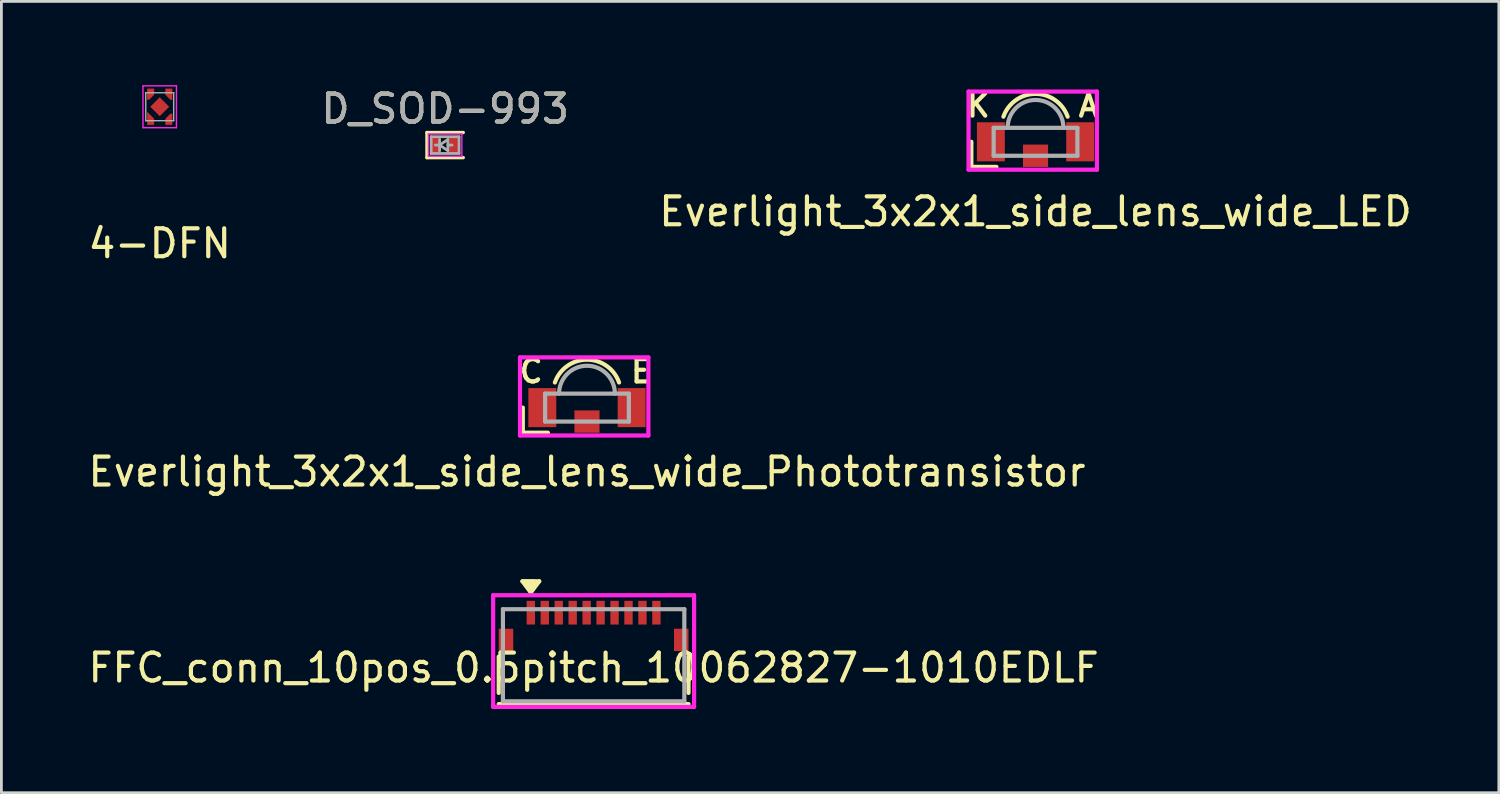
<source format=kicad_pcb>
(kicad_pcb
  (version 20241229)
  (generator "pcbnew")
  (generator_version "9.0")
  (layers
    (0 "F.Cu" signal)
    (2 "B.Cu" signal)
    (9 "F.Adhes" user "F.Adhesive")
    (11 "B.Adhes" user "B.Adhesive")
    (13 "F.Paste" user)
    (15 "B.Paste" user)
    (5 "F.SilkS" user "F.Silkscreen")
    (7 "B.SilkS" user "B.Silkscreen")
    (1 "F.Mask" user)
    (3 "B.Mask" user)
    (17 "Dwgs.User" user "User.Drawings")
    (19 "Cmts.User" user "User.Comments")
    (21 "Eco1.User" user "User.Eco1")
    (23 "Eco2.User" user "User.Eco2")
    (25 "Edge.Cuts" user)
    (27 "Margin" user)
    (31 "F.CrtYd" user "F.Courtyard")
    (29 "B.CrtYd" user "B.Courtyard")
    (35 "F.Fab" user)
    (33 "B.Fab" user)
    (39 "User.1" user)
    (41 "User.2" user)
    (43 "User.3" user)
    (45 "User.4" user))
  (footprint "Everlight_3x2x1_side_lens_wide_Phototransistor"
    (layer "F.Cu")
    (at 17.982 11.555)
    (property "Reference" "Everlight_3x2x1_side_lens_wide_Phototransistor" (at 0 2.3 0) (layer "F.SilkS") (effects (font (size 1 1) (thickness 0.15))))
    (attr through_hole)
    (fp_line (start -2.3 0) (end -2.3 0.9) (stroke (width 0.15) (type solid)) (layer "F.SilkS"))
    (fp_line (start -2.3 0.9) (end -1.4 0.9) (stroke (width 0.15) (type solid)) (layer "F.SilkS"))
    (fp_arc (start -1.15 -0.9) (mid 0 -1.71758) (end 1.15 -0.9) (stroke (width 0.15) (type solid)) (layer "F.SilkS"))
    (fp_line (start -2.4 -1.8) (end -2.4 1) (stroke (width 0.15) (type solid)) (layer "F.CrtYd"))
    (fp_line (start -2.4 1) (end 2.2 1) (stroke (width 0.15) (type solid)) (layer "F.CrtYd"))
    (fp_line (start 2.2 -1.8) (end -2.4 -1.8) (stroke (width 0.15) (type solid)) (layer "F.CrtYd"))
    (fp_line (start 2.2 1) (end 2.2 -1.8) (stroke (width 0.15) (type solid)) (layer "F.CrtYd"))
    (fp_line (start -1.5 -0.5) (end 1.5 -0.5) (stroke (width 0.15) (type solid)) (layer "F.Fab"))
    (fp_line (start -1.5 0.5) (end -1.5 -0.5) (stroke (width 0.15) (type solid)) (layer "F.Fab"))
    (fp_line (start 1.5 -0.5) (end 1.5 0.5) (stroke (width 0.15) (type solid)) (layer "F.Fab"))
    (fp_line (start 1.5 0.5) (end -1.5 0.5) (stroke (width 0.15) (type solid)) (layer "F.Fab"))
    (fp_arc (start -1 -0.5) (mid 0 -1.5) (end 1 -0.5) (stroke (width 0.15) (type solid)) (layer "F.Fab"))
    (fp_text user "C" (at -2 -1.3 0) (layer "F.SilkS") (effects (font (size 0.8 0.8) (thickness 0.15))))
    (fp_text user "E" (at 1.95 -1.3 0) (layer "F.SilkS") (effects (font (size 0.8 0.8) (thickness 0.15))))
    (pad "" smd rect (at 0 0.5) (size 0.9 0.8) (layers "F.Cu" "F.Mask" "F.Paste"))
    (pad "1" smd rect (at -1.6 0) (size 1 1.4) (layers "F.Cu" "F.Mask" "F.Paste"))
    (pad "2" smd rect (at 1.6 0) (size 1 1.4) (layers "F.Cu" "F.Mask" "F.Paste")))
  (footprint "FFC_conn_10pos_0.5pitch_10062827-1010EDLF"
    (layer "F.Cu")
    (at 18.22 19.878)
    (property "Reference" "FFC_conn_10pos_0.5pitch_10062827-1010EDLF" (at 0 1 0) (layer "F.SilkS") (effects (font (size 1 1) (thickness 0.15))))
    (attr through_hole)
    (fp_line (start -3.4 0.6) (end -3.4 1.9) (stroke (width 0.15) (type solid)) (layer "F.SilkS"))
    (fp_line (start -3.4 2.3) (end 3.4 2.3) (stroke (width 0.15) (type solid)) (layer "F.SilkS"))
    (fp_line (start -2.55 -2.1) (end -2.25 -1.7) (stroke (width 0.15) (type solid)) (layer "F.SilkS"))
    (fp_line (start -2.45 -2.1) (end -2.25 -1.8) (stroke (width 0.15) (type solid)) (layer "F.SilkS"))
    (fp_line (start -2.35 -2.1) (end -2.25 -1.9) (stroke (width 0.15) (type solid)) (layer "F.SilkS"))
    (fp_line (start -2.25 -2.1) (end -2.15 -1.9) (stroke (width 0.15) (type solid)) (layer "F.SilkS"))
    (fp_line (start -2.25 -1.7) (end -1.95 -2.1) (stroke (width 0.15) (type solid)) (layer "F.SilkS"))
    (fp_line (start -2.15 -2.1) (end -2.05 -2) (stroke (width 0.15) (type solid)) (layer "F.SilkS"))
    (fp_line (start -1.95 -2.1) (end -2.55 -2.1) (stroke (width 0.15) (type solid)) (layer "F.SilkS"))
    (fp_line (start 3.4 0.6) (end 3.4 1.9) (stroke (width 0.15) (type solid)) (layer "F.SilkS"))
    (fp_line (start -3.6 -1.6) (end 3.6 -1.6) (stroke (width 0.15) (type solid)) (layer "F.CrtYd"))
    (fp_line (start -3.6 2.4) (end -3.6 -1.6) (stroke (width 0.15) (type solid)) (layer "F.CrtYd"))
    (fp_line (start 3.6 -1.6) (end 3.6 2.4) (stroke (width 0.15) (type solid)) (layer "F.CrtYd"))
    (fp_line (start 3.6 2.4) (end -3.6 2.4) (stroke (width 0.15) (type solid)) (layer "F.CrtYd"))
    (fp_line (start -3.25 -1.1) (end -3.25 2.2) (stroke (width 0.15) (type solid)) (layer "F.Fab"))
    (fp_line (start -3.25 2.2) (end 3.25 2.2) (stroke (width 0.15) (type solid)) (layer "F.Fab"))
    (fp_line (start 3.25 -1.1) (end -3.25 -1.1) (stroke (width 0.15) (type solid)) (layer "F.Fab"))
    (fp_line (start 3.25 2.2) (end 3.25 -1.1) (stroke (width 0.15) (type solid)) (layer "F.Fab"))
    (pad "" smd rect (at -3.14 0) (size 0.52 0.8) (layers "F.Cu" "F.Mask" "F.Paste"))
    (pad "" smd rect (at 3.14 0) (size 0.52 0.8) (layers "F.Cu" "F.Mask" "F.Paste"))
    (pad "1" smd rect (at -2.25 -0.975) (size 0.3 0.85) (layers "F.Cu" "F.Mask" "F.Paste"))
    (pad "2" smd rect (at -1.75 -0.975) (size 0.3 0.85) (layers "F.Cu" "F.Mask" "F.Paste"))
    (pad "3" smd rect (at -1.25 -0.975) (size 0.3 0.85) (layers "F.Cu" "F.Mask" "F.Paste"))
    (pad "4" smd rect (at -0.75 -0.975) (size 0.3 0.85) (layers "F.Cu" "F.Mask" "F.Paste"))
    (pad "5" smd rect (at -0.25 -0.975) (size 0.3 0.85) (layers "F.Cu" "F.Mask" "F.Paste"))
    (pad "6" smd rect (at 0.25 -0.975) (size 0.3 0.85) (layers "F.Cu" "F.Mask" "F.Paste"))
    (pad "7" smd rect (at 0.75 -0.975) (size 0.3 0.85) (layers "F.Cu" "F.Mask" "F.Paste"))
    (pad "8" smd rect (at 1.25 -0.975) (size 0.3 0.85) (layers "F.Cu" "F.Mask" "F.Paste"))
    (pad "9" smd rect (at 1.75 -0.975) (size 0.3 0.85) (layers "F.Cu" "F.Mask" "F.Paste"))
    (pad "10" smd rect (at 2.25 -0.975) (size 0.3 0.85) (layers "F.Cu" "F.Mask" "F.Paste")))
  (footprint "D_SOD-993"
    (layer "F.Cu")
    (at 12.899 2.148)
    (property "Reference" "D_SOD-993" (at 0 -1.3 0) (layer "F.SilkS") (effects (font (size 1 1) (thickness 0.15))))
    (attr smd)
    (fp_line (start -0.65 -0.45) (end -0.65 0.45) (stroke (width 0.12) (type solid)) (layer "F.SilkS"))
    (fp_line (start 0.65 -0.45) (end -0.65 -0.45) (stroke (width 0.12) (type solid)) (layer "F.SilkS"))
    (fp_line (start 0.65 0.45) (end -0.65 0.45) (stroke (width 0.12) (type solid)) (layer "F.SilkS"))
    (fp_line (start -0.6 -0.4) (end 0.6 -0.4) (stroke (width 0.05) (type solid)) (layer "F.CrtYd"))
    (fp_line (start -0.6 0.4) (end -0.6 -0.4) (stroke (width 0.05) (type solid)) (layer "F.CrtYd"))
    (fp_line (start 0.6 -0.4) (end 0.6 0.4) (stroke (width 0.05) (type solid)) (layer "F.CrtYd"))
    (fp_line (start 0.6 0.4) (end -0.6 0.4) (stroke (width 0.05) (type solid)) (layer "F.CrtYd"))
    (fp_line (start -0.5 -0.3) (end 0.5 -0.3) (stroke (width 0.1) (type solid)) (layer "F.Fab"))
    (fp_line (start -0.5 0.3) (end -0.5 -0.3) (stroke (width 0.1) (type solid)) (layer "F.Fab"))
    (fp_line (start -0.2 0) (end -0.35 0) (stroke (width 0.1) (type solid)) (layer "F.Fab"))
    (fp_line (start -0.2 0) (end 0.1 0.2) (stroke (width 0.1) (type solid)) (layer "F.Fab"))
    (fp_line (start -0.2 0.2) (end -0.2 -0.2) (stroke (width 0.1) (type solid)) (layer "F.Fab"))
    (fp_line (start 0.1 -0.2) (end -0.2 0) (stroke (width 0.1) (type solid)) (layer "F.Fab"))
    (fp_line (start 0.1 0) (end 0.25 0) (stroke (width 0.1) (type solid)) (layer "F.Fab"))
    (fp_line (start 0.1 0.2) (end 0.1 -0.2) (stroke (width 0.1) (type solid)) (layer "F.Fab"))
    (fp_line (start 0.5 -0.3) (end 0.5 0.3) (stroke (width 0.1) (type solid)) (layer "F.Fab"))
    (fp_line (start 0.5 0.3) (end -0.5 0.3) (stroke (width 0.1) (type solid)) (layer "F.Fab"))
    (fp_text user "${REFERENCE}" (at 0 -1.3 0) (layer "F.Fab") (effects (font (size 1 1) (thickness 0.15))))
    (pad "1" smd rect (at -0.325 0 180) (size 0.35 0.6) (layers "F.Cu" "F.Mask" "F.Paste"))
    (pad "2" smd rect (at 0.325 0 180) (size 0.35 0.6) (layers "F.Cu" "F.Mask" "F.Paste")))
  (footprint "4-DFN"
    (layer "F.Cu")
    (at 2.673 0.775)
    (property "Reference" "4-DFN" (at 0 4.9 0) (layer "F.SilkS") (effects (font (size 1 1) (thickness 0.15))))
    (attr through_hole)
    (fp_line (start -0.6 -0.75) (end 0.6 -0.75) (stroke (width 0.05) (type solid)) (layer "F.CrtYd"))
    (fp_line (start -0.6 0.75) (end -0.6 -0.75) (stroke (width 0.05) (type solid)) (layer "F.CrtYd"))
    (fp_line (start 0.6 -0.75) (end 0.6 0.75) (stroke (width 0.05) (type solid)) (layer "F.CrtYd"))
    (fp_line (start 0.6 0.75) (end -0.6 0.75) (stroke (width 0.05) (type solid)) (layer "F.CrtYd"))
    (fp_line (start -0.5 -0.5) (end 0.5 -0.5) (stroke (width 0.05) (type solid)) (layer "F.Fab"))
    (fp_line (start -0.5 0.5) (end -0.5 -0.5) (stroke (width 0.05) (type solid)) (layer "F.Fab"))
    (fp_line (start 0.5 -0.5) (end 0.5 0.5) (stroke (width 0.05) (type solid)) (layer "F.Fab"))
    (fp_line (start 0.5 0.5) (end -0.5 0.5) (stroke (width 0.05) (type solid)) (layer "F.Fab"))
    (pad "1" smd custom (at -0.35 0.55 180) (size 0.2 0.2) (layers "F.Cu" "F.Mask" "F.Paste") (options (anchor rect)) (primitives (gr_poly (pts (xy 0.1 -0.1) (xy -0.15 -0.1) (xy -0.15 0.12) (xy 0.1 0.37)) (width 0) (fill yes))))
    (pad "2" smd custom (at 0.35 0.55 180) (size 0.2 0.2) (layers "F.Cu" "F.Mask" "F.Paste") (options (anchor rect)) (primitives (gr_poly (pts (xy -0.1 -0.1) (xy 0.15 -0.1) (xy 0.15 0.12) (xy -0.03 0.3) (xy -0.1 0.3)) (width 0) (fill yes))))
    (pad "3" smd custom (at 0.35 -0.55) (size 0.2 0.2) (layers "F.Cu" "F.Mask" "F.Paste") (options (anchor rect)) (primitives (gr_poly (pts (xy 0.1 -0.1) (xy -0.15 -0.1) (xy -0.15 0.12) (xy 0.03 0.3) (xy 0.1 0.3)) (width 0) (fill yes))))
    (pad "4" smd custom (at -0.35 -0.55) (size 0.2 0.2) (layers "F.Cu" "F.Mask" "F.Paste") (options (anchor rect)) (primitives (gr_poly (pts (xy -0.1 -0.1) (xy 0.15 -0.1) (xy 0.15 0.12) (xy -0.03 0.3) (xy -0.1 0.3)) (width 0) (fill yes))))
    (pad "5" smd custom (at 0 0 45) (size 0.48 0.48) (layers "F.Cu" "F.Mask" "F.Paste") (options (anchor rect)) (primitives)))
  (footprint "Everlight_3x2x1_side_lens_wide_LED"
    (layer "F.Cu")
    (at 34.054 2.031)
    (property "Reference" "Everlight_3x2x1_side_lens_wide_LED" (at 0 2.5 0) (layer "F.SilkS") (effects (font (size 1 1) (thickness 0.15))))
    (attr through_hole)
    (fp_line (start -2.3 0) (end -2.3 0.9) (stroke (width 0.15) (type solid)) (layer "F.SilkS"))
    (fp_line (start -2.3 0.9) (end -1.4 0.9) (stroke (width 0.15) (type solid)) (layer "F.SilkS"))
    (fp_arc (start -1.15 -0.9) (mid 0 -1.71758) (end 1.15 -0.9) (stroke (width 0.15) (type solid)) (layer "F.SilkS"))
    (fp_line (start -2.4 -1.8) (end -2.4 1) (stroke (width 0.15) (type solid)) (layer "F.CrtYd"))
    (fp_line (start -2.4 1) (end 2.2 1) (stroke (width 0.15) (type solid)) (layer "F.CrtYd"))
    (fp_line (start 2.2 -1.8) (end -2.4 -1.8) (stroke (width 0.15) (type solid)) (layer "F.CrtYd"))
    (fp_line (start 2.2 1) (end 2.2 -1.8) (stroke (width 0.15) (type solid)) (layer "F.CrtYd"))
    (fp_line (start -1.5 -0.5) (end 1.5 -0.5) (stroke (width 0.15) (type solid)) (layer "F.Fab"))
    (fp_line (start -1.5 0.5) (end -1.5 -0.5) (stroke (width 0.15) (type solid)) (layer "F.Fab"))
    (fp_line (start 1.5 -0.5) (end 1.5 0.5) (stroke (width 0.15) (type solid)) (layer "F.Fab"))
    (fp_line (start 1.5 0.5) (end -1.5 0.5) (stroke (width 0.15) (type solid)) (layer "F.Fab"))
    (fp_arc (start -1 -0.5) (mid 0 -1.5) (end 1 -0.5) (stroke (width 0.15) (type solid)) (layer "F.Fab"))
    (fp_text user "A" (at 1.9 -1.3 0) (layer "F.SilkS") (effects (font (size 0.8 0.8) (thickness 0.15))))
    (fp_text user "K" (at -2.05 -1.3 0) (layer "F.SilkS") (effects (font (size 0.8 0.8) (thickness 0.15))))
    (pad "" smd rect (at 0 0.5) (size 0.9 0.8) (layers "F.Cu" "F.Mask" "F.Paste"))
    (pad "1" smd rect (at -1.6 0) (size 1 1.4) (layers "F.Cu" "F.Mask" "F.Paste"))
    (pad "2" smd rect (at 1.6 0) (size 1 1.4) (layers "F.Cu" "F.Mask" "F.Paste")))
  (gr_rect
    (start -3 -3)
    (end 50.655 25.353)
    (stroke (width 0.1) (type default))
    (fill no)
    (layer "Edge.Cuts")))
</source>
